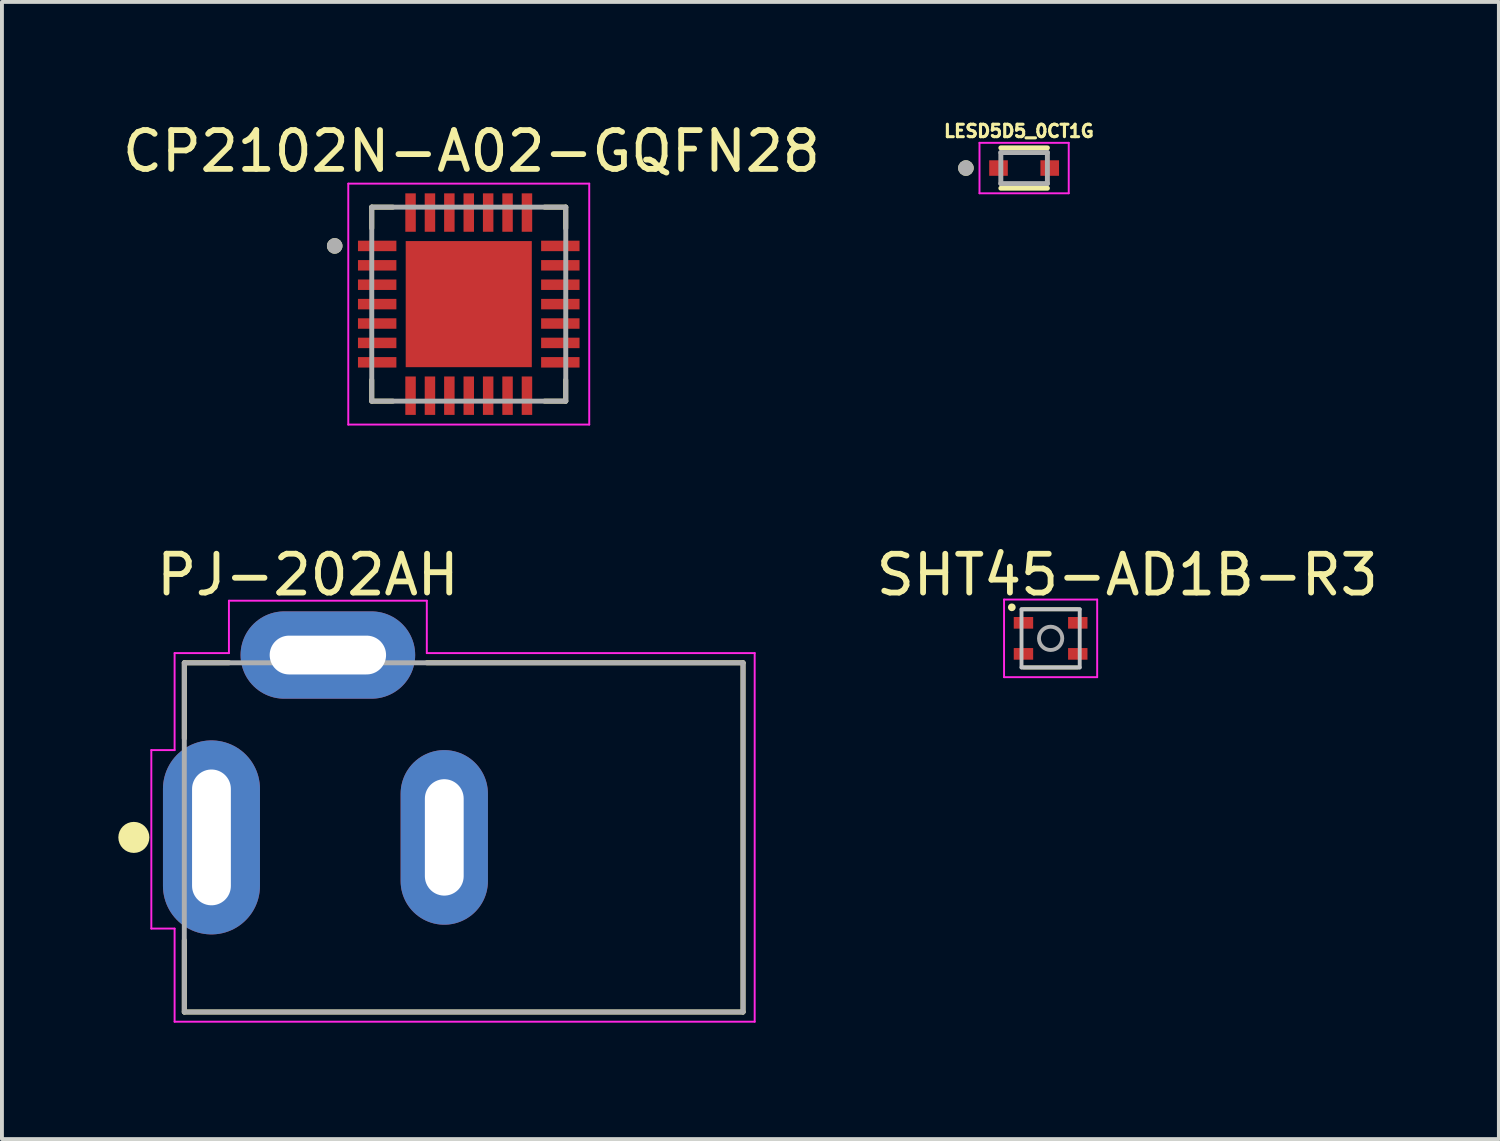
<source format=kicad_pcb>
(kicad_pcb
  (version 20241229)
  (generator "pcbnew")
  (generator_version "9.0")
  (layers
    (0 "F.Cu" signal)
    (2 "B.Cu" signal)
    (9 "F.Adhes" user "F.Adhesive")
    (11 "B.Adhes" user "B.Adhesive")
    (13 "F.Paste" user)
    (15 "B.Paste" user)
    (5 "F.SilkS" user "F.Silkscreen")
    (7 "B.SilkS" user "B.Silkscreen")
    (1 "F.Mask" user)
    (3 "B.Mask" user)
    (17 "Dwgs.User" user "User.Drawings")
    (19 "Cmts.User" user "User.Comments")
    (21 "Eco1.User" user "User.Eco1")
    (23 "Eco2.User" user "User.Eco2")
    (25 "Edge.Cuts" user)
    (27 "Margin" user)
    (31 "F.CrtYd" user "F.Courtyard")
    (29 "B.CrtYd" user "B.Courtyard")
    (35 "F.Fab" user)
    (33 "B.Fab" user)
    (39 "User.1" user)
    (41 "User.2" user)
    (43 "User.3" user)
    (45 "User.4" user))
  (footprint "LESD5D5_0CT1G"
    (layer "F.Cu")
    (at 23.344 1.281)
    (property "Reference" "LESD5D5_0CT1G" (at -0.134 -0.953 0) (layer "F.SilkS") (effects (font (size 0.32 0.32) (thickness 0.08))))
    (attr smd)
    (fp_line (start -0.6 -0.52) (end 0.6 -0.52) (stroke (width 0.127) (type solid)) (layer "F.SilkS"))
    (fp_line (start 0.6 0.52) (end -0.6 0.52) (stroke (width 0.127) (type solid)) (layer "F.SilkS"))
    (fp_circle (center -1.5 0) (end -1.4 0) (stroke (width 0.2) (type solid)) (fill no) (layer "F.SilkS"))
    (fp_line (start -1.15 -0.65) (end -1.15 0.65) (stroke (width 0.05) (type solid)) (layer "F.CrtYd"))
    (fp_line (start -1.15 0.65) (end 1.15 0.65) (stroke (width 0.05) (type solid)) (layer "F.CrtYd"))
    (fp_line (start 1.15 -0.65) (end -1.15 -0.65) (stroke (width 0.05) (type solid)) (layer "F.CrtYd"))
    (fp_line (start 1.15 0.65) (end 1.15 -0.65) (stroke (width 0.05) (type solid)) (layer "F.CrtYd"))
    (fp_line (start -0.6 -0.4) (end 0.6 -0.4) (stroke (width 0.127) (type solid)) (layer "F.Fab"))
    (fp_line (start -0.6 0.4) (end -0.6 -0.4) (stroke (width 0.127) (type solid)) (layer "F.Fab"))
    (fp_line (start 0.6 -0.4) (end 0.6 0.4) (stroke (width 0.127) (type solid)) (layer "F.Fab"))
    (fp_line (start 0.6 0.4) (end -0.6 0.4) (stroke (width 0.127) (type solid)) (layer "F.Fab"))
    (fp_circle (center -1.5 0) (end -1.4 0) (stroke (width 0.2) (type solid)) (fill no) (layer "F.Fab"))
    (pad "1" smd rect (at -0.66 0) (size 0.48 0.4) (layers "F.Cu" "F.Mask" "F.Paste"))
    (pad "2" smd rect (at 0.66 0) (size 0.48 0.4) (layers "F.Cu" "F.Mask" "F.Paste")))
  (footprint "CP2102N-A02-GQFN28"
    (layer "F.Cu")
    (at 9.031 4.788)
    (property "Reference" "CP2102N-A02-GQFN28" (at 0.07 -3.94 0) (layer "F.SilkS") (effects (font (size 1 1) (thickness 0.15))))
    (attr smd)
    (fp_line (start -2.5 -2.5) (end -1.955 -2.5) (stroke (width 0.127) (type solid)) (layer "F.SilkS"))
    (fp_line (start -2.5 -1.955) (end -2.5 -2.5) (stroke (width 0.127) (type solid)) (layer "F.SilkS"))
    (fp_line (start -2.5 2.5) (end -2.5 1.955) (stroke (width 0.127) (type solid)) (layer "F.SilkS"))
    (fp_line (start -1.955 2.5) (end -2.5 2.5) (stroke (width 0.127) (type solid)) (layer "F.SilkS"))
    (fp_line (start 1.955 -2.5) (end 2.5 -2.5) (stroke (width 0.127) (type solid)) (layer "F.SilkS"))
    (fp_line (start 2.5 -2.5) (end 2.5 -1.955) (stroke (width 0.127) (type solid)) (layer "F.SilkS"))
    (fp_line (start 2.5 2.5) (end 1.955 2.5) (stroke (width 0.127) (type solid)) (layer "F.SilkS"))
    (fp_line (start 2.5 2.5) (end 2.5 1.955) (stroke (width 0.127) (type solid)) (layer "F.SilkS"))
    (fp_circle (center -3.455 -1.5) (end -3.355 -1.5) (stroke (width 0.2) (type solid)) (fill no) (layer "F.SilkS"))
    (fp_poly (pts (xy -1.028 -1.028) (xy 1.028 -1.028) (xy 1.028 1.028) (xy -1.028 1.028)) (stroke (width 0.01) (type solid)) (fill yes) (layer "F.Paste"))
    (fp_line (start -3.105 -3.105) (end -3.105 3.105) (stroke (width 0.05) (type solid)) (layer "F.CrtYd"))
    (fp_line (start -3.105 3.105) (end 3.105 3.105) (stroke (width 0.05) (type solid)) (layer "F.CrtYd"))
    (fp_line (start 3.105 -3.105) (end -3.105 -3.105) (stroke (width 0.05) (type solid)) (layer "F.CrtYd"))
    (fp_line (start 3.105 3.105) (end 3.105 -3.105) (stroke (width 0.05) (type solid)) (layer "F.CrtYd"))
    (fp_line (start -2.5 -2.5) (end 2.5 -2.5) (stroke (width 0.127) (type solid)) (layer "F.Fab"))
    (fp_line (start -2.5 2.5) (end -2.5 -2.5) (stroke (width 0.127) (type solid)) (layer "F.Fab"))
    (fp_line (start 2.5 -2.5) (end 2.5 2.5) (stroke (width 0.127) (type solid)) (layer "F.Fab"))
    (fp_line (start 2.5 2.5) (end -2.5 2.5) (stroke (width 0.127) (type solid)) (layer "F.Fab"))
    (fp_circle (center -3.455 -1.5) (end -3.355 -1.5) (stroke (width 0.2) (type solid)) (fill no) (layer "F.Fab"))
    (pad "1" smd rect (at -2.36 -1.5) (size 0.99 0.27) (layers "F.Cu" "F.Mask" "F.Paste"))
    (pad "2" smd rect (at -2.36 -1) (size 0.99 0.27) (layers "F.Cu" "F.Mask" "F.Paste"))
    (pad "3" smd rect (at -2.36 -0.5) (size 0.99 0.27) (layers "F.Cu" "F.Mask" "F.Paste"))
    (pad "4" smd rect (at -2.36 0) (size 0.99 0.27) (layers "F.Cu" "F.Mask" "F.Paste"))
    (pad "5" smd rect (at -2.36 0.5) (size 0.99 0.27) (layers "F.Cu" "F.Mask" "F.Paste"))
    (pad "6" smd rect (at -2.36 1) (size 0.99 0.27) (layers "F.Cu" "F.Mask" "F.Paste"))
    (pad "7" smd rect (at -2.36 1.5) (size 0.99 0.27) (layers "F.Cu" "F.Mask" "F.Paste"))
    (pad "8" smd rect (at -1.5 2.36) (size 0.27 0.99) (layers "F.Cu" "F.Mask" "F.Paste"))
    (pad "9" smd rect (at -1 2.36) (size 0.27 0.99) (layers "F.Cu" "F.Mask" "F.Paste"))
    (pad "10" smd rect (at -0.5 2.36) (size 0.27 0.99) (layers "F.Cu" "F.Mask" "F.Paste"))
    (pad "11" smd rect (at 0 2.36) (size 0.27 0.99) (layers "F.Cu" "F.Mask" "F.Paste"))
    (pad "12" smd rect (at 0.5 2.36) (size 0.27 0.99) (layers "F.Cu" "F.Mask" "F.Paste"))
    (pad "13" smd rect (at 1 2.36) (size 0.27 0.99) (layers "F.Cu" "F.Mask" "F.Paste"))
    (pad "14" smd rect (at 1.5 2.36) (size 0.27 0.99) (layers "F.Cu" "F.Mask" "F.Paste"))
    (pad "15" smd rect (at 2.36 1.5) (size 0.99 0.27) (layers "F.Cu" "F.Mask" "F.Paste"))
    (pad "16" smd rect (at 2.36 1) (size 0.99 0.27) (layers "F.Cu" "F.Mask" "F.Paste"))
    (pad "17" smd rect (at 2.36 0.5) (size 0.99 0.27) (layers "F.Cu" "F.Mask" "F.Paste"))
    (pad "18" smd rect (at 2.36 0) (size 0.99 0.27) (layers "F.Cu" "F.Mask" "F.Paste"))
    (pad "19" smd rect (at 2.36 -0.5) (size 0.99 0.27) (layers "F.Cu" "F.Mask" "F.Paste"))
    (pad "20" smd rect (at 2.36 -1) (size 0.99 0.27) (layers "F.Cu" "F.Mask" "F.Paste"))
    (pad "21" smd rect (at 2.36 -1.5) (size 0.99 0.27) (layers "F.Cu" "F.Mask" "F.Paste"))
    (pad "22" smd rect (at 1.5 -2.36) (size 0.27 0.99) (layers "F.Cu" "F.Mask" "F.Paste"))
    (pad "23" smd rect (at 1 -2.36) (size 0.27 0.99) (layers "F.Cu" "F.Mask" "F.Paste"))
    (pad "24" smd rect (at 0.5 -2.36) (size 0.27 0.99) (layers "F.Cu" "F.Mask" "F.Paste"))
    (pad "25" smd rect (at 0 -2.36) (size 0.27 0.99) (layers "F.Cu" "F.Mask" "F.Paste"))
    (pad "26" smd rect (at -0.5 -2.36) (size 0.27 0.99) (layers "F.Cu" "F.Mask" "F.Paste"))
    (pad "27" smd rect (at -1 -2.36) (size 0.27 0.99) (layers "F.Cu" "F.Mask" "F.Paste"))
    (pad "28" smd rect (at -1.5 -2.36) (size 0.27 0.99) (layers "F.Cu" "F.Mask" "F.Paste"))
    (pad "29" smd rect (at 0 0) (size 3.25 3.25) (layers "F.Cu" "F.Mask")))
  (footprint "PJ-202AH"
    (layer "F.Cu")
    (at 8.9 18.532)
    (property "Reference" "PJ-202AH" (at -4.015 -6.766 0) (layer "F.SilkS") (effects (font (size 1 1) (thickness 0.15))))
    (attr through_hole)
    (fp_line (start -7.2 -4.5) (end -6.05 -4.5) (stroke (width 0.127) (type solid)) (layer "F.SilkS"))
    (fp_line (start -7.2 -2.55) (end -7.2 -4.5) (stroke (width 0.127) (type solid)) (layer "F.SilkS"))
    (fp_line (start -7.2 4.5) (end -7.2 2.65) (stroke (width 0.127) (type solid)) (layer "F.SilkS"))
    (fp_line (start -0.95 -4.5) (end 7.2 -4.5) (stroke (width 0.127) (type solid)) (layer "F.SilkS"))
    (fp_line (start 7.2 -4.5) (end 7.2 4.5) (stroke (width 0.127) (type solid)) (layer "F.SilkS"))
    (fp_line (start 7.2 4.5) (end -7.2 4.5) (stroke (width 0.127) (type solid)) (layer "F.SilkS"))
    (fp_circle (center -8.5 0) (end -8.3 0) (stroke (width 0.4) (type solid)) (fill no) (layer "F.SilkS"))
    (fp_line (start -8.05 -2.25) (end -8.05 2.35) (stroke (width 0.05) (type solid)) (layer "F.CrtYd"))
    (fp_line (start -8.05 2.35) (end -7.45 2.35) (stroke (width 0.05) (type solid)) (layer "F.CrtYd"))
    (fp_line (start -7.45 -4.75) (end -6.05 -4.75) (stroke (width 0.05) (type solid)) (layer "F.CrtYd"))
    (fp_line (start -7.45 -2.25) (end -8.05 -2.25) (stroke (width 0.05) (type solid)) (layer "F.CrtYd"))
    (fp_line (start -7.45 -2.25) (end -7.45 -4.75) (stroke (width 0.05) (type solid)) (layer "F.CrtYd"))
    (fp_line (start -7.45 4.75) (end -7.45 2.35) (stroke (width 0.05) (type solid)) (layer "F.CrtYd"))
    (fp_line (start -6.05 -6.1) (end -0.95 -6.1) (stroke (width 0.05) (type solid)) (layer "F.CrtYd"))
    (fp_line (start -6.05 -4.75) (end -6.05 -6.1) (stroke (width 0.05) (type solid)) (layer "F.CrtYd"))
    (fp_line (start -0.95 -6.1) (end -0.95 -4.75) (stroke (width 0.05) (type solid)) (layer "F.CrtYd"))
    (fp_line (start -0.95 -4.75) (end 7.5 -4.75) (stroke (width 0.05) (type solid)) (layer "F.CrtYd"))
    (fp_line (start 7.5 -4.75) (end 7.5 4.75) (stroke (width 0.05) (type solid)) (layer "F.CrtYd"))
    (fp_line (start 7.5 4.75) (end -7.45 4.75) (stroke (width 0.05) (type solid)) (layer "F.CrtYd"))
    (fp_line (start -7.2 -4.5) (end 7.2 -4.5) (stroke (width 0.127) (type solid)) (layer "F.Fab"))
    (fp_line (start -7.2 4.5) (end -7.2 -4.5) (stroke (width 0.127) (type solid)) (layer "F.Fab"))
    (fp_line (start 7.2 -4.5) (end 7.2 4.5) (stroke (width 0.127) (type solid)) (layer "F.Fab"))
    (fp_line (start 7.2 4.5) (end -7.2 4.5) (stroke (width 0.127) (type solid)) (layer "F.Fab"))
    (pad "1" thru_hole oval (at -6.5 0) (size 2.5 5) (drill oval 1 3.5) (layers "*.Cu" "*.Mask"))
    (pad "2" thru_hole oval (at -0.5 0) (size 2.25 4.5) (drill oval 1 3) (layers "*.Cu" "*.Mask"))
    (pad "3" thru_hole oval (at -3.5 -4.7) (size 4.5 2.25) (drill oval 3 1) (layers "*.Cu" "*.Mask")))
  (footprint "SHT45-AD1B-R3"
    (layer "F.Cu")
    (at 24.027 13.402)
    (property "Reference" "SHT45-AD1B-R3" (at 1.975 -1.635 0) (layer "F.SilkS") (effects (font (size 1 1) (thickness 0.15))))
    (attr smd)
    (fp_line (start -0.7 -0.75) (end 0.7 -0.75) (stroke (width 0.1) (type solid)) (layer "F.SilkS"))
    (fp_line (start -0.7 0.75) (end 0.7 0.75) (stroke (width 0.1) (type solid)) (layer "F.SilkS"))
    (fp_circle (center -1 -0.8) (end -0.95 -0.8) (stroke (width 0.1) (type solid)) (fill no) (layer "F.SilkS"))
    (fp_line (start -0.75 -0.75) (end -0.75 0.75) (stroke (width 0.1) (type solid)) (layer "Dwgs.User"))
    (fp_line (start -0.75 0.75) (end 0.75 0.75) (stroke (width 0.1) (type solid)) (layer "Dwgs.User"))
    (fp_line (start 0.75 -0.75) (end -0.75 -0.75) (stroke (width 0.1) (type solid)) (layer "Dwgs.User"))
    (fp_line (start 0.75 0.75) (end 0.75 -0.75) (stroke (width 0.1) (type solid)) (layer "Dwgs.User"))
    (fp_line (start -1.2 -1) (end -1.2 1) (stroke (width 0.05) (type solid)) (layer "F.CrtYd"))
    (fp_line (start -1.2 1) (end 1.2 1) (stroke (width 0.05) (type solid)) (layer "F.CrtYd"))
    (fp_line (start 1.2 -1) (end -1.2 -1) (stroke (width 0.05) (type solid)) (layer "F.CrtYd"))
    (fp_line (start 1.2 1) (end 1.2 -1) (stroke (width 0.05) (type solid)) (layer "F.CrtYd"))
    (fp_circle (center 0 0) (end 0.3 0) (stroke (width 0.1) (type solid)) (fill no) (layer "F.Fab"))
    (pad "1" smd rect (at -0.7 -0.4) (size 0.5 0.3) (layers "F.Cu" "F.Mask" "F.Paste"))
    (pad "2" smd rect (at -0.7 0.4) (size 0.5 0.3) (layers "F.Cu" "F.Mask" "F.Paste"))
    (pad "3" smd rect (at 0.7 0.4) (size 0.5 0.3) (layers "F.Cu" "F.Mask" "F.Paste"))
    (pad "4" smd rect (at 0.7 -0.4) (size 0.5 0.3) (layers "F.Cu" "F.Mask" "F.Paste")))
  (gr_rect
    (start -3 -3)
    (end 35.58 26.307)
    (stroke (width 0.1) (type default))
    (fill no)
    (layer "Edge.Cuts")))
</source>
